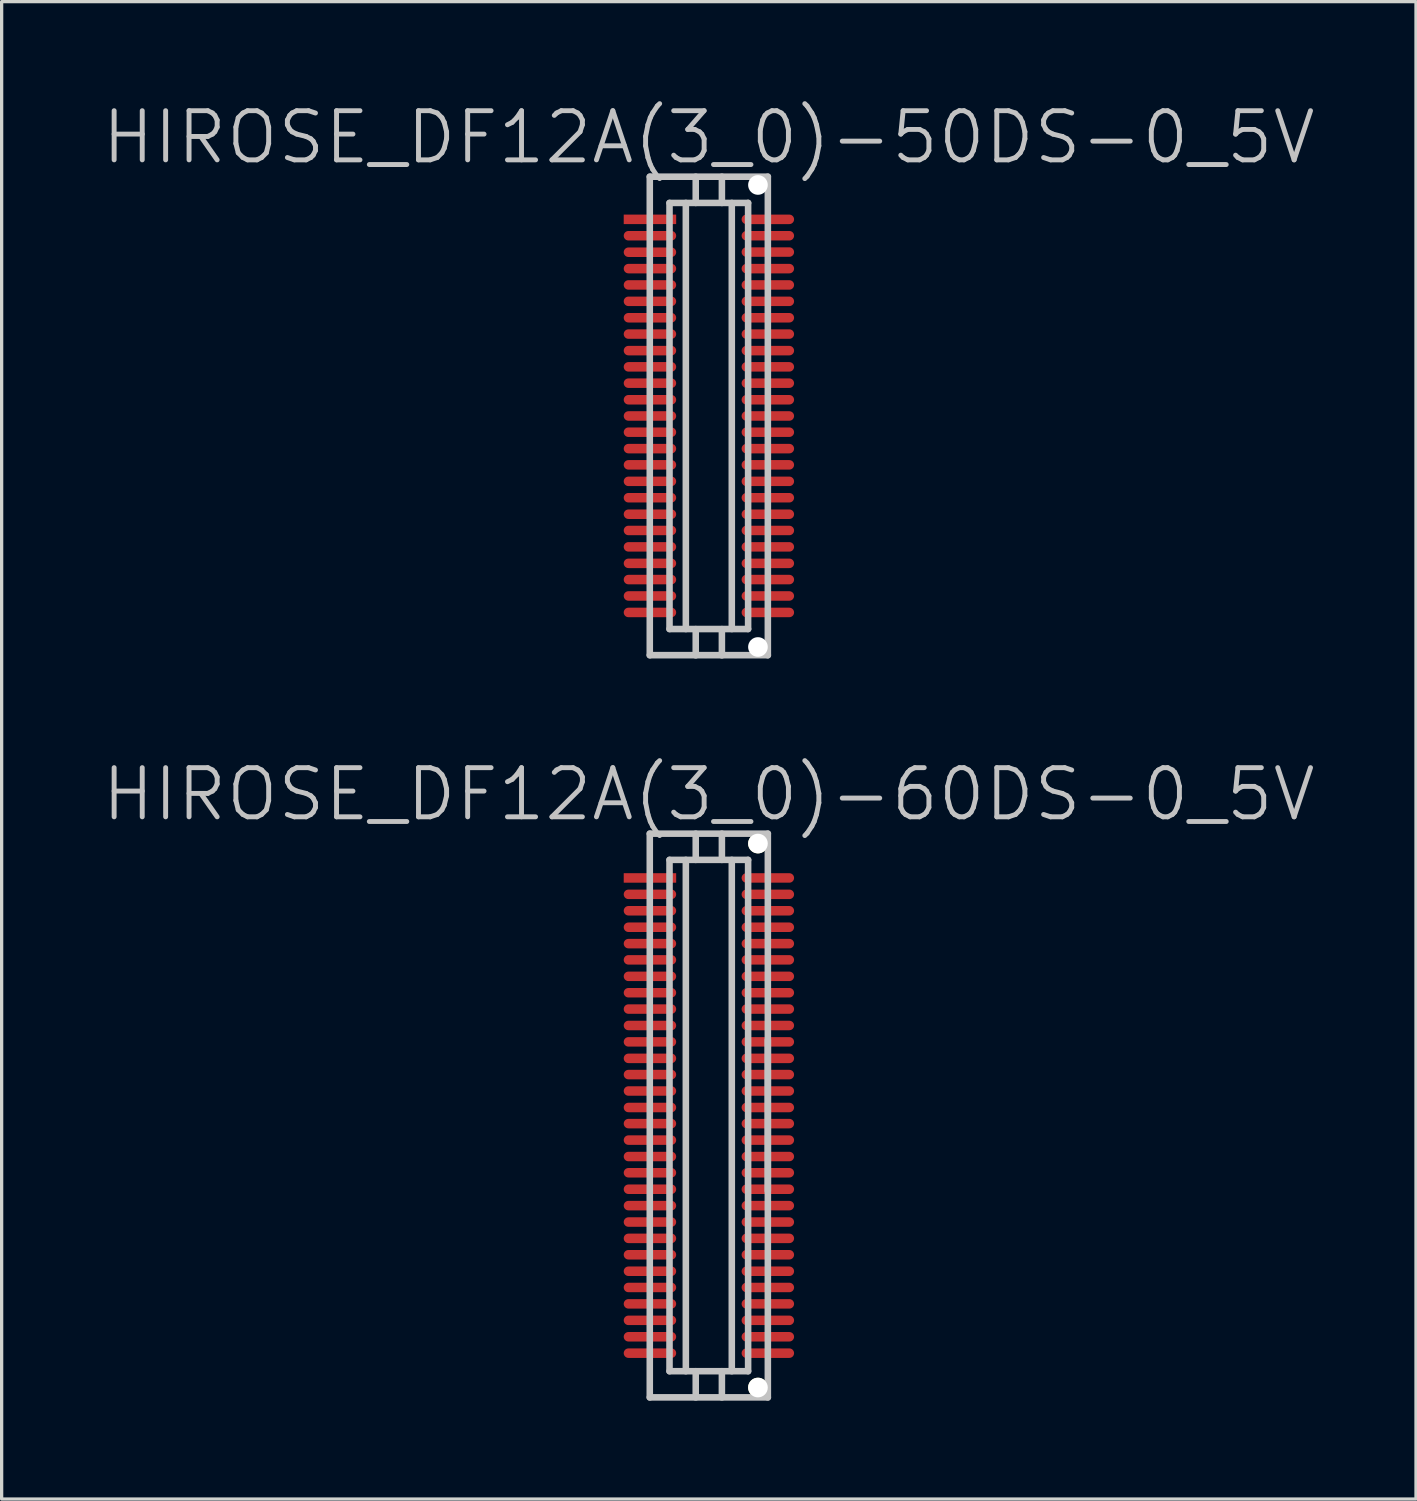
<source format=kicad_pcb>
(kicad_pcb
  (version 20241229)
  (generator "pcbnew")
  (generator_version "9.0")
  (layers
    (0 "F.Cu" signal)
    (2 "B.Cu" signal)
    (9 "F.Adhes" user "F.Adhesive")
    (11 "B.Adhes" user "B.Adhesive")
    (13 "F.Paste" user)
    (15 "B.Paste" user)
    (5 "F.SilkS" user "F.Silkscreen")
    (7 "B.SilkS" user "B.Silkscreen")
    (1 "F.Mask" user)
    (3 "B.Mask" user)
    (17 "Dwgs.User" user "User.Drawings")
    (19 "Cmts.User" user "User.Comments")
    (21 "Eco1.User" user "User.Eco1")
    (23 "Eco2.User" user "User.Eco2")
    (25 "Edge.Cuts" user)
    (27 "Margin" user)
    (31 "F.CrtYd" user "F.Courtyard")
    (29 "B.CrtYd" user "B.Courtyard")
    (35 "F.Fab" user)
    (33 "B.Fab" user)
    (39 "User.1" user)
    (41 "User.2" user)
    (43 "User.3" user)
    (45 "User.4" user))
  (footprint "HIROSE_DF12A(3_0)-50DS-0_5V"
    (layer "F.Cu")
    (at 18.575 9.641)
    (property "Reference" "HIROSE_DF12A(3_0)-50DS-0_5V" (at 0 -8.5 180) (layer "Dwgs.User") (effects (font (size 1.5 1.5) (thickness 0.15))))
    (attr smd)
    (fp_line (start -1.801 -7.3) (end -1.801 7.3) (stroke (width 0.2) (type solid)) (layer "Dwgs.User"))
    (fp_line (start -1.801 -7.3) (end 1.801 -7.3) (stroke (width 0.2) (type solid)) (layer "Dwgs.User"))
    (fp_line (start -1.199 -6.5) (end 1.199 -6.5) (stroke (width 0.2) (type solid)) (layer "Dwgs.User"))
    (fp_line (start -1.199 6.5) (end -1.199 -6.5) (stroke (width 0.2) (type solid)) (layer "Dwgs.User"))
    (fp_line (start -0.701 -6.5) (end -0.701 6.5) (stroke (width 0.2) (type solid)) (layer "Dwgs.User"))
    (fp_line (start -0.399 -6.5) (end -0.399 -7.3) (stroke (width 0.2) (type solid)) (layer "Dwgs.User"))
    (fp_line (start -0.399 7.303) (end -0.399 6.502) (stroke (width 0.2) (type solid)) (layer "Dwgs.User"))
    (fp_line (start 0.399 -6.5) (end 0.399 -7.3) (stroke (width 0.2) (type solid)) (layer "Dwgs.User"))
    (fp_line (start 0.399 6.502) (end 0.399 7.303) (stroke (width 0.2) (type solid)) (layer "Dwgs.User"))
    (fp_line (start 0.701 -6.5) (end 0.701 6.5) (stroke (width 0.2) (type solid)) (layer "Dwgs.User"))
    (fp_line (start 1.199 -6.5) (end 1.199 6.5) (stroke (width 0.2) (type solid)) (layer "Dwgs.User"))
    (fp_line (start 1.199 6.5) (end -1.199 6.5) (stroke (width 0.2) (type solid)) (layer "Dwgs.User"))
    (fp_line (start 1.801 7.297) (end -1.801 7.297) (stroke (width 0.2) (type solid)) (layer "Dwgs.User"))
    (fp_line (start 1.801 7.3) (end 1.801 -7.3) (stroke (width 0.2) (type solid)) (layer "Dwgs.User"))
    (pad "" np_thru_hole circle (at 1.499 -7.048 270) (size 0.6 0.6) (drill 0.6) (layers "*.Cu" "*.Mask"))
    (pad "" np_thru_hole circle (at 1.499 7.048 270) (size 0.6 0.6) (drill 0.6) (layers "*.Cu" "*.Mask"))
    (pad "1" smd rect (at -1.796 -5.999 270) (size 0.29 1.6) (layers "F.Cu" "F.Mask" "F.Paste"))
    (pad "2" smd oval (at -1.796 -5.499 270) (size 0.29 1.6) (layers "F.Cu" "F.Mask" "F.Paste"))
    (pad "3" smd oval (at -1.796 -4.996 270) (size 0.29 1.6) (layers "F.Cu" "F.Mask" "F.Paste"))
    (pad "4" smd oval (at -1.796 -4.496 270) (size 0.29 1.6) (layers "F.Cu" "F.Mask" "F.Paste"))
    (pad "5" smd oval (at -1.796 -3.998 270) (size 0.29 1.6) (layers "F.Cu" "F.Mask" "F.Paste"))
    (pad "6" smd oval (at -1.796 -3.498 270) (size 0.29 1.6) (layers "F.Cu" "F.Mask" "F.Paste"))
    (pad "7" smd oval (at -1.796 -2.997 270) (size 0.29 1.6) (layers "F.Cu" "F.Mask" "F.Paste"))
    (pad "8" smd oval (at -1.796 -2.499 270) (size 0.29 1.6) (layers "F.Cu" "F.Mask" "F.Paste"))
    (pad "9" smd oval (at -1.796 -1.994 270) (size 0.29 1.6) (layers "F.Cu" "F.Mask" "F.Paste"))
    (pad "10" smd oval (at -1.796 -1.499 270) (size 0.29 1.6) (layers "F.Cu" "F.Mask" "F.Paste"))
    (pad "11" smd oval (at -1.796 -1.001 270) (size 0.29 1.6) (layers "F.Cu" "F.Mask" "F.Paste"))
    (pad "12" smd oval (at -1.796 -0.495 270) (size 0.29 1.6) (layers "F.Cu" "F.Mask" "F.Paste"))
    (pad "13" smd oval (at -1.796 0 270) (size 0.29 1.6) (layers "F.Cu" "F.Mask" "F.Paste"))
    (pad "14" smd oval (at -1.796 0.495 270) (size 0.29 1.6) (layers "F.Cu" "F.Mask" "F.Paste"))
    (pad "15" smd oval (at -1.796 0.996 270) (size 0.29 1.6) (layers "F.Cu" "F.Mask" "F.Paste"))
    (pad "16" smd oval (at -1.796 1.491 270) (size 0.29 1.6) (layers "F.Cu" "F.Mask" "F.Paste"))
    (pad "17" smd oval (at -1.796 1.994 270) (size 0.29 1.6) (layers "F.Cu" "F.Mask" "F.Paste"))
    (pad "18" smd oval (at -1.796 2.494 270) (size 0.29 1.6) (layers "F.Cu" "F.Mask" "F.Paste"))
    (pad "19" smd oval (at -1.796 2.997 270) (size 0.29 1.6) (layers "F.Cu" "F.Mask" "F.Paste"))
    (pad "20" smd oval (at -1.796 3.493 270) (size 0.29 1.6) (layers "F.Cu" "F.Mask" "F.Paste"))
    (pad "21" smd oval (at -1.796 3.993 270) (size 0.29 1.6) (layers "F.Cu" "F.Mask" "F.Paste"))
    (pad "22" smd oval (at -1.796 4.496 270) (size 0.29 1.6) (layers "F.Cu" "F.Mask" "F.Paste"))
    (pad "23" smd oval (at -1.796 4.991 270) (size 0.29 1.6) (layers "F.Cu" "F.Mask" "F.Paste"))
    (pad "24" smd oval (at -1.796 5.491 270) (size 0.29 1.6) (layers "F.Cu" "F.Mask" "F.Paste"))
    (pad "25" smd oval (at -1.796 5.994 270) (size 0.29 1.6) (layers "F.Cu" "F.Mask" "F.Paste"))
    (pad "26" smd oval (at 1.801 5.994 270) (size 0.29 1.6) (layers "F.Cu" "F.Mask" "F.Paste"))
    (pad "27" smd oval (at 1.801 5.491 270) (size 0.29 1.6) (layers "F.Cu" "F.Mask" "F.Paste"))
    (pad "28" smd oval (at 1.801 4.991 270) (size 0.29 1.6) (layers "F.Cu" "F.Mask" "F.Paste"))
    (pad "29" smd oval (at 1.801 4.496 270) (size 0.29 1.6) (layers "F.Cu" "F.Mask" "F.Paste"))
    (pad "30" smd oval (at 1.801 3.993 270) (size 0.29 1.6) (layers "F.Cu" "F.Mask" "F.Paste"))
    (pad "31" smd oval (at 1.801 3.493 270) (size 0.29 1.6) (layers "F.Cu" "F.Mask" "F.Paste"))
    (pad "32" smd oval (at 1.801 2.997 270) (size 0.29 1.6) (layers "F.Cu" "F.Mask" "F.Paste"))
    (pad "33" smd oval (at 1.801 2.494 270) (size 0.29 1.6) (layers "F.Cu" "F.Mask" "F.Paste"))
    (pad "34" smd oval (at 1.801 1.994 270) (size 0.29 1.6) (layers "F.Cu" "F.Mask" "F.Paste"))
    (pad "35" smd oval (at 1.801 1.491 270) (size 0.29 1.6) (layers "F.Cu" "F.Mask" "F.Paste"))
    (pad "36" smd oval (at 1.801 0.996 270) (size 0.29 1.6) (layers "F.Cu" "F.Mask" "F.Paste"))
    (pad "37" smd oval (at 1.801 0.495 270) (size 0.29 1.6) (layers "F.Cu" "F.Mask" "F.Paste"))
    (pad "38" smd oval (at 1.801 0 270) (size 0.29 1.6) (layers "F.Cu" "F.Mask" "F.Paste"))
    (pad "39" smd oval (at 1.801 -0.495 270) (size 0.29 1.6) (layers "F.Cu" "F.Mask" "F.Paste"))
    (pad "40" smd oval (at 1.801 -1.001 270) (size 0.29 1.6) (layers "F.Cu" "F.Mask" "F.Paste"))
    (pad "41" smd oval (at 1.801 -1.499 270) (size 0.29 1.6) (layers "F.Cu" "F.Mask" "F.Paste"))
    (pad "42" smd oval (at 1.801 -1.994 270) (size 0.29 1.6) (layers "F.Cu" "F.Mask" "F.Paste"))
    (pad "43" smd oval (at 1.801 -2.499 270) (size 0.29 1.6) (layers "F.Cu" "F.Mask" "F.Paste"))
    (pad "44" smd oval (at 1.801 -2.997 270) (size 0.29 1.6) (layers "F.Cu" "F.Mask" "F.Paste"))
    (pad "45" smd oval (at 1.801 -3.498 270) (size 0.29 1.6) (layers "F.Cu" "F.Mask" "F.Paste"))
    (pad "46" smd oval (at 1.801 -3.998 270) (size 0.29 1.6) (layers "F.Cu" "F.Mask" "F.Paste"))
    (pad "47" smd oval (at 1.801 -4.496 270) (size 0.29 1.6) (layers "F.Cu" "F.Mask" "F.Paste"))
    (pad "48" smd oval (at 1.801 -5.001 270) (size 0.29 1.6) (layers "F.Cu" "F.Mask" "F.Paste"))
    (pad "49" smd oval (at 1.801 -5.499 270) (size 0.29 1.6) (layers "F.Cu" "F.Mask" "F.Paste"))
    (pad "50" smd oval (at 1.801 -5.999 270) (size 0.29 1.6) (layers "F.Cu" "F.Mask" "F.Paste")))
  (footprint "HIROSE_DF12A(3_0)-60DS-0_5V"
    (layer "F.Cu")
    (at 18.575 30.984)
    (property "Reference" "HIROSE_DF12A(3_0)-60DS-0_5V" (at 0 -9.8 180) (layer "Dwgs.User") (effects (font (size 1.5 1.5) (thickness 0.15))))
    (attr smd)
    (fp_line (start -1.801 -8.6) (end -1.801 8.6) (stroke (width 0.2) (type solid)) (layer "Dwgs.User"))
    (fp_line (start -1.801 -8.6) (end 1.801 -8.6) (stroke (width 0.2) (type solid)) (layer "Dwgs.User"))
    (fp_line (start -1.199 -7.8) (end 1.199 -7.8) (stroke (width 0.2) (type solid)) (layer "Dwgs.User"))
    (fp_line (start -1.199 7.8) (end -1.199 -7.8) (stroke (width 0.2) (type solid)) (layer "Dwgs.User"))
    (fp_line (start -0.701 -7.8) (end -0.701 7.8) (stroke (width 0.2) (type solid)) (layer "Dwgs.User"))
    (fp_line (start -0.399 -7.8) (end -0.399 -8.6) (stroke (width 0.2) (type solid)) (layer "Dwgs.User"))
    (fp_line (start -0.399 8.6) (end -0.399 7.8) (stroke (width 0.2) (type solid)) (layer "Dwgs.User"))
    (fp_line (start 0.399 -7.8) (end 0.399 -8.6) (stroke (width 0.2) (type solid)) (layer "Dwgs.User"))
    (fp_line (start 0.399 7.8) (end 0.399 8.6) (stroke (width 0.2) (type solid)) (layer "Dwgs.User"))
    (fp_line (start 0.701 -7.8) (end 0.701 7.8) (stroke (width 0.2) (type solid)) (layer "Dwgs.User"))
    (fp_line (start 1.199 7.8) (end -1.199 7.8) (stroke (width 0.2) (type solid)) (layer "Dwgs.User"))
    (fp_line (start 1.199 7.8) (end 1.199 -7.8) (stroke (width 0.2) (type solid)) (layer "Dwgs.User"))
    (fp_line (start 1.801 -8.6) (end 1.801 8.6) (stroke (width 0.2) (type solid)) (layer "Dwgs.User"))
    (fp_line (start 1.801 -2.301) (end 1.801 2.301) (stroke (width 0.2) (type solid)) (layer "Dwgs.User"))
    (fp_line (start 1.801 8.598) (end -1.801 8.598) (stroke (width 0.2) (type solid)) (layer "Dwgs.User"))
    (pad "" np_thru_hole circle (at 1.499 -8.298 270) (size 0.6 0.6) (drill 0.6) (layers "*.Cu" "*.Mask" "F.SilkS"))
    (pad "" np_thru_hole circle (at 1.499 8.298 270) (size 0.6 0.6) (drill 0.6) (layers "*.Cu" "*.Mask" "F.SilkS"))
    (pad "1" smd rect (at -1.796 -7.249 270) (size 0.29 1.6) (layers "F.Cu" "F.Mask" "F.Paste"))
    (pad "2" smd oval (at -1.796 -6.749 270) (size 0.29 1.6) (layers "F.Cu" "F.Mask" "F.Paste"))
    (pad "3" smd oval (at -1.796 -6.248 270) (size 0.29 1.6) (layers "F.Cu" "F.Mask" "F.Paste"))
    (pad "4" smd oval (at -1.796 -5.745 270) (size 0.29 1.6) (layers "F.Cu" "F.Mask" "F.Paste"))
    (pad "5" smd oval (at -1.796 -5.245 270) (size 0.29 1.6) (layers "F.Cu" "F.Mask" "F.Paste"))
    (pad "6" smd oval (at -1.796 -4.75 270) (size 0.29 1.6) (layers "F.Cu" "F.Mask" "F.Paste"))
    (pad "7" smd oval (at -1.796 -4.247 270) (size 0.29 1.6) (layers "F.Cu" "F.Mask" "F.Paste"))
    (pad "8" smd oval (at -1.796 -3.747 270) (size 0.29 1.6) (layers "F.Cu" "F.Mask" "F.Paste"))
    (pad "9" smd oval (at -1.796 -3.249 270) (size 0.29 1.6) (layers "F.Cu" "F.Mask" "F.Paste"))
    (pad "10" smd oval (at -1.796 -2.748 270) (size 0.29 1.6) (layers "F.Cu" "F.Mask" "F.Paste"))
    (pad "11" smd oval (at -1.796 -2.248 270) (size 0.29 1.6) (layers "F.Cu" "F.Mask" "F.Paste"))
    (pad "12" smd oval (at -1.796 -1.745 270) (size 0.29 1.6) (layers "F.Cu" "F.Mask" "F.Paste"))
    (pad "13" smd oval (at -1.796 -1.25 270) (size 0.29 1.6) (layers "F.Cu" "F.Mask" "F.Paste"))
    (pad "14" smd oval (at -1.796 -0.749 270) (size 0.29 1.6) (layers "F.Cu" "F.Mask" "F.Paste"))
    (pad "15" smd oval (at -1.796 -0.246 270) (size 0.29 1.6) (layers "F.Cu" "F.Mask" "F.Paste"))
    (pad "16" smd oval (at -1.796 0.246 270) (size 0.29 1.6) (layers "F.Cu" "F.Mask" "F.Paste"))
    (pad "17" smd oval (at -1.796 0.749 270) (size 0.29 1.6) (layers "F.Cu" "F.Mask" "F.Paste"))
    (pad "18" smd oval (at -1.796 1.25 270) (size 0.29 1.6) (layers "F.Cu" "F.Mask" "F.Paste"))
    (pad "19" smd oval (at -1.796 1.745 270) (size 0.29 1.6) (layers "F.Cu" "F.Mask" "F.Paste"))
    (pad "20" smd oval (at -1.796 2.248 270) (size 0.29 1.6) (layers "F.Cu" "F.Mask" "F.Paste"))
    (pad "21" smd oval (at -1.796 2.748 270) (size 0.29 1.6) (layers "F.Cu" "F.Mask" "F.Paste"))
    (pad "22" smd oval (at -1.796 3.249 270) (size 0.29 1.6) (layers "F.Cu" "F.Mask" "F.Paste"))
    (pad "23" smd oval (at -1.796 3.747 270) (size 0.29 1.6) (layers "F.Cu" "F.Mask" "F.Paste"))
    (pad "24" smd oval (at -1.796 4.247 270) (size 0.29 1.6) (layers "F.Cu" "F.Mask" "F.Paste"))
    (pad "25" smd oval (at -1.796 4.75 270) (size 0.29 1.6) (layers "F.Cu" "F.Mask" "F.Paste"))
    (pad "26" smd oval (at -1.796 5.245 270) (size 0.29 1.6) (layers "F.Cu" "F.Mask" "F.Paste"))
    (pad "27" smd oval (at -1.796 5.745 270) (size 0.29 1.6) (layers "F.Cu" "F.Mask" "F.Paste"))
    (pad "28" smd oval (at -1.796 6.248 270) (size 0.29 1.6) (layers "F.Cu" "F.Mask" "F.Paste"))
    (pad "29" smd oval (at -1.796 6.749 270) (size 0.29 1.6) (layers "F.Cu" "F.Mask" "F.Paste"))
    (pad "30" smd oval (at -1.796 7.249 270) (size 0.29 1.6) (layers "F.Cu" "F.Mask" "F.Paste"))
    (pad "31" smd oval (at 1.801 7.249 270) (size 0.29 1.6) (layers "F.Cu" "F.Mask" "F.Paste"))
    (pad "32" smd oval (at 1.801 6.749 270) (size 0.29 1.6) (layers "F.Cu" "F.Mask" "F.Paste"))
    (pad "33" smd oval (at 1.801 6.248 270) (size 0.29 1.6) (layers "F.Cu" "F.Mask" "F.Paste"))
    (pad "34" smd oval (at 1.801 5.745 270) (size 0.29 1.6) (layers "F.Cu" "F.Mask" "F.Paste"))
    (pad "35" smd oval (at 1.801 5.245 270) (size 0.29 1.6) (layers "F.Cu" "F.Mask" "F.Paste"))
    (pad "36" smd oval (at 1.801 4.75 270) (size 0.29 1.6) (layers "F.Cu" "F.Mask" "F.Paste"))
    (pad "37" smd oval (at 1.801 4.247 270) (size 0.29 1.6) (layers "F.Cu" "F.Mask" "F.Paste"))
    (pad "38" smd oval (at 1.801 3.747 270) (size 0.29 1.6) (layers "F.Cu" "F.Mask" "F.Paste"))
    (pad "39" smd oval (at 1.801 3.249 270) (size 0.29 1.6) (layers "F.Cu" "F.Mask" "F.Paste"))
    (pad "40" smd oval (at 1.801 2.748 270) (size 0.29 1.6) (layers "F.Cu" "F.Mask" "F.Paste"))
    (pad "41" smd oval (at 1.801 2.248 270) (size 0.29 1.6) (layers "F.Cu" "F.Mask" "F.Paste"))
    (pad "42" smd oval (at 1.801 1.745 270) (size 0.29 1.6) (layers "F.Cu" "F.Mask" "F.Paste"))
    (pad "43" smd oval (at 1.801 1.25 270) (size 0.29 1.6) (layers "F.Cu" "F.Mask" "F.Paste"))
    (pad "44" smd oval (at 1.801 0.749 270) (size 0.29 1.6) (layers "F.Cu" "F.Mask" "F.Paste"))
    (pad "45" smd oval (at 1.801 0.246 270) (size 0.29 1.6) (layers "F.Cu" "F.Mask" "F.Paste"))
    (pad "46" smd oval (at 1.801 -0.246 270) (size 0.29 1.6) (layers "F.Cu" "F.Mask" "F.Paste"))
    (pad "47" smd oval (at 1.801 -0.749 270) (size 0.29 1.6) (layers "F.Cu" "F.Mask" "F.Paste"))
    (pad "48" smd oval (at 1.801 -1.25 270) (size 0.29 1.6) (layers "F.Cu" "F.Mask" "F.Paste"))
    (pad "49" smd oval (at 1.801 -1.745 270) (size 0.29 1.6) (layers "F.Cu" "F.Mask" "F.Paste"))
    (pad "50" smd oval (at 1.801 -2.248 270) (size 0.29 1.6) (layers "F.Cu" "F.Mask" "F.Paste"))
    (pad "51" smd oval (at 1.801 -2.748 270) (size 0.29 1.6) (layers "F.Cu" "F.Mask" "F.Paste"))
    (pad "52" smd oval (at 1.801 -3.249 270) (size 0.29 1.6) (layers "F.Cu" "F.Mask" "F.Paste"))
    (pad "53" smd oval (at 1.801 -3.747 270) (size 0.29 1.6) (layers "F.Cu" "F.Mask" "F.Paste"))
    (pad "54" smd oval (at 1.801 -4.247 270) (size 0.29 1.6) (layers "F.Cu" "F.Mask" "F.Paste"))
    (pad "55" smd oval (at 1.801 -4.75 270) (size 0.29 1.6) (layers "F.Cu" "F.Mask" "F.Paste"))
    (pad "56" smd oval (at 1.801 -5.245 270) (size 0.29 1.6) (layers "F.Cu" "F.Mask" "F.Paste"))
    (pad "57" smd oval (at 1.801 -5.745 270) (size 0.29 1.6) (layers "F.Cu" "F.Mask" "F.Paste"))
    (pad "58" smd oval (at 1.801 -6.248 270) (size 0.29 1.6) (layers "F.Cu" "F.Mask" "F.Paste"))
    (pad "59" smd oval (at 1.801 -6.749 270) (size 0.29 1.6) (layers "F.Cu" "F.Mask" "F.Paste"))
    (pad "60" smd oval (at 1.801 -7.249 270) (size 0.29 1.6) (layers "F.Cu" "F.Mask" "F.Paste")))
  (gr_rect
    (start -3 -3)
    (end 40.15 42.684)
    (stroke (width 0.1) (type default))
    (fill no)
    (layer "Edge.Cuts")))
</source>
